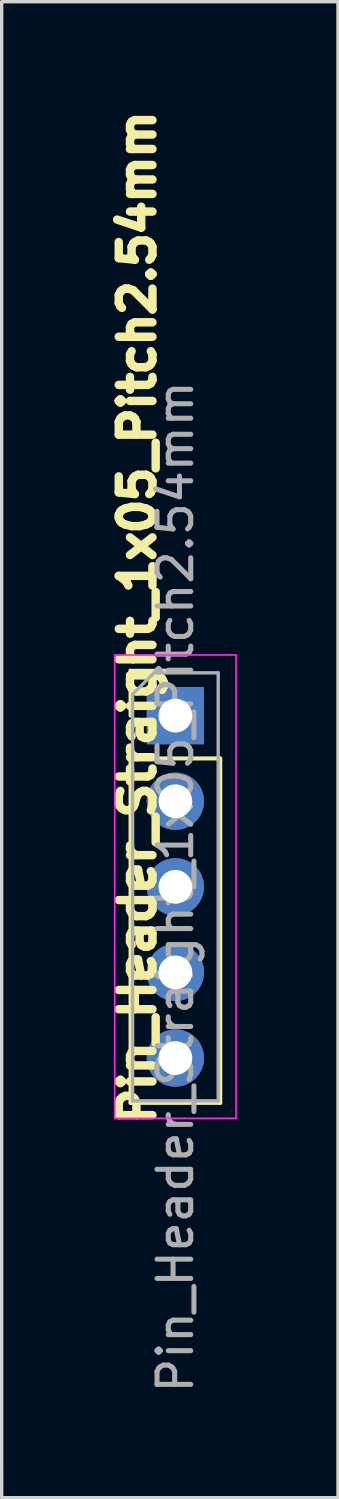
<source format=kicad_pcb>
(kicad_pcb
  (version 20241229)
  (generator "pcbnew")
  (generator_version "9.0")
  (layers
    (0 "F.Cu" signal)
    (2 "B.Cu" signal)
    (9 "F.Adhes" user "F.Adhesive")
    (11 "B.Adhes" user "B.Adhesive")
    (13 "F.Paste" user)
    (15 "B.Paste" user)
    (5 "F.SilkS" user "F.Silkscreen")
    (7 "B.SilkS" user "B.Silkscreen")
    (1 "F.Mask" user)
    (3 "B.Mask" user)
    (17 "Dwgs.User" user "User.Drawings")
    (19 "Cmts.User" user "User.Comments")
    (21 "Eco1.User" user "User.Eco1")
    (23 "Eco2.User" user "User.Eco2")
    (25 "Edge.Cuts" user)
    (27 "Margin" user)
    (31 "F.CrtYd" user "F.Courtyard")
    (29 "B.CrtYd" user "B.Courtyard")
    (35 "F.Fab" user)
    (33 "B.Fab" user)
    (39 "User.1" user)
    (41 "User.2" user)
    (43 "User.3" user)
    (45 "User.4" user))
  (footprint "Pin_Header_Straight_1x05_Pitch2.54mm"
    (layer "F.Cu")
    (at 2.154 18.183)
    (property "Reference" "Pin_Header_Straight_1x05_Pitch2.54mm" (at -1.13 -2.908 90) (layer "F.SilkS") (effects (font (size 1 1) (thickness 0.25))))
    (attr through_hole)
    (fp_line (start -1.33 -1.33) (end 0 -1.33) (stroke (width 0.12) (type solid)) (layer "F.SilkS"))
    (fp_line (start -1.33 0) (end -1.33 -1.33) (stroke (width 0.12) (type solid)) (layer "F.SilkS"))
    (fp_line (start -1.33 1.27) (end -1.33 11.49) (stroke (width 0.12) (type solid)) (layer "F.SilkS"))
    (fp_line (start -1.33 1.27) (end 1.33 1.27) (stroke (width 0.12) (type solid)) (layer "F.SilkS"))
    (fp_line (start -1.33 11.49) (end 1.33 11.49) (stroke (width 0.12) (type solid)) (layer "F.SilkS"))
    (fp_line (start 1.33 1.27) (end 1.33 11.49) (stroke (width 0.12) (type solid)) (layer "F.SilkS"))
    (fp_line (start -1.8 -1.8) (end -1.8 11.95) (stroke (width 0.05) (type solid)) (layer "F.CrtYd"))
    (fp_line (start -1.8 11.95) (end 1.8 11.95) (stroke (width 0.05) (type solid)) (layer "F.CrtYd"))
    (fp_line (start 1.8 -1.8) (end -1.8 -1.8) (stroke (width 0.05) (type solid)) (layer "F.CrtYd"))
    (fp_line (start 1.8 11.95) (end 1.8 -1.8) (stroke (width 0.05) (type solid)) (layer "F.CrtYd"))
    (fp_line (start -1.27 -0.635) (end -0.635 -1.27) (stroke (width 0.1) (type solid)) (layer "F.Fab"))
    (fp_line (start -1.27 11.43) (end -1.27 -0.635) (stroke (width 0.1) (type solid)) (layer "F.Fab"))
    (fp_line (start -0.635 -1.27) (end 1.27 -1.27) (stroke (width 0.1) (type solid)) (layer "F.Fab"))
    (fp_line (start 1.27 -1.27) (end 1.27 11.43) (stroke (width 0.1) (type solid)) (layer "F.Fab"))
    (fp_line (start 1.27 11.43) (end -1.27 11.43) (stroke (width 0.1) (type solid)) (layer "F.Fab"))
    (fp_text user "${REFERENCE}" (at 0 5.08 90) (layer "F.Fab") (effects (font (size 1 1) (thickness 0.15))))
    (pad "1" thru_hole rect (at 0 0) (size 1.7 1.7) (drill 1) (layers "*.Cu" "*.Mask"))
    (pad "2" thru_hole oval (at 0 2.54) (size 1.7 1.7) (drill 1) (layers "*.Cu" "*.Mask"))
    (pad "3" thru_hole oval (at 0 5.08) (size 1.7 1.7) (drill 1) (layers "*.Cu" "*.Mask"))
    (pad "4" thru_hole oval (at 0 7.62) (size 1.7 1.7) (drill 1) (layers "*.Cu" "*.Mask"))
    (pad "5" thru_hole oval (at 0 10.16) (size 1.7 1.7) (drill 1) (layers "*.Cu" "*.Mask")))
  (gr_rect
    (start -3 -3)
    (end 6.979 41.388)
    (stroke (width 0.1) (type default))
    (fill no)
    (layer "Edge.Cuts")))
</source>
